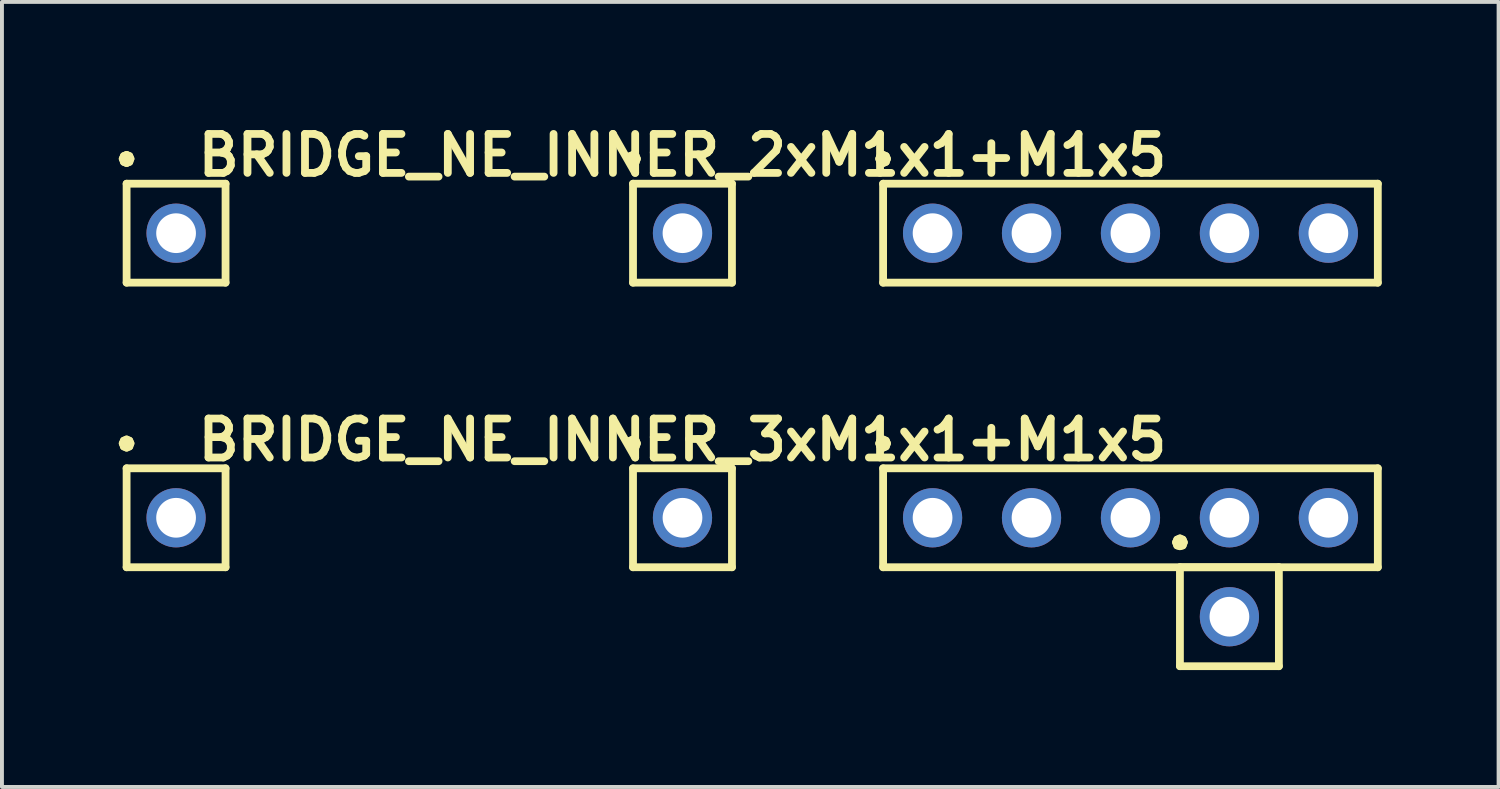
<source format=kicad_pcb>
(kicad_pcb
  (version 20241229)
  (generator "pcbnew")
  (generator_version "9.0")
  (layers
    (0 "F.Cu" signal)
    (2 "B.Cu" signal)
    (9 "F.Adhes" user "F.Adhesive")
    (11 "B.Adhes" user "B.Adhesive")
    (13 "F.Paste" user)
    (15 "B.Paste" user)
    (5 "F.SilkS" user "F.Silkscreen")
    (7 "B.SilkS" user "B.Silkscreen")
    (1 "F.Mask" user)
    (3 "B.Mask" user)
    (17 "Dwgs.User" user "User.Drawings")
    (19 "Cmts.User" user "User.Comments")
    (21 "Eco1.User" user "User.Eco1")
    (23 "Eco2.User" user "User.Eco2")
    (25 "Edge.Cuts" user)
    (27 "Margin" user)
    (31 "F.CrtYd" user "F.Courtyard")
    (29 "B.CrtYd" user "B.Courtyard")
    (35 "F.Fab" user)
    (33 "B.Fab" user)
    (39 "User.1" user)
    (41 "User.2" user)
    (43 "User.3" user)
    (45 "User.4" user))
  (footprint "BRIDGE_NE_INNER_3xM1x1+M1x5"
    (layer "F.Cu")
    (at 14.47 10.242)
    (property "Reference" "BRIDGE_NE_INNER_3xM1x1+M1x5" (at 0 -2 0) (layer "F.SilkS") (effects (font (size 1 1) (thickness 0.2))))
    (attr through_hole)
    (fp_line (start -14.37 -1.91) (end -14.34 -1.83) (stroke (width 0.2) (type solid)) (layer "F.SilkS"))
    (fp_line (start -14.34 -1.98) (end -14.37 -1.91) (stroke (width 0.2) (type solid)) (layer "F.SilkS"))
    (fp_line (start -14.34 -1.83) (end -14.27 -1.8) (stroke (width 0.2) (type solid)) (layer "F.SilkS"))
    (fp_line (start -14.27 -2.01) (end -14.34 -1.98) (stroke (width 0.2) (type solid)) (layer "F.SilkS"))
    (fp_line (start -14.27 -1.8) (end -14.2 -1.83) (stroke (width 0.2) (type solid)) (layer "F.SilkS"))
    (fp_line (start -14.27 -1.27) (end -14.27 1.27) (stroke (width 0.2) (type solid)) (layer "F.SilkS"))
    (fp_line (start -14.27 1.27) (end -11.73 1.27) (stroke (width 0.2) (type solid)) (layer "F.SilkS"))
    (fp_line (start -14.2 -1.98) (end -14.27 -2.01) (stroke (width 0.2) (type solid)) (layer "F.SilkS"))
    (fp_line (start -14.2 -1.83) (end -14.17 -1.91) (stroke (width 0.2) (type solid)) (layer "F.SilkS"))
    (fp_line (start -14.17 -1.91) (end -14.2 -1.98) (stroke (width 0.2) (type solid)) (layer "F.SilkS"))
    (fp_line (start -11.73 -1.27) (end -14.27 -1.27) (stroke (width 0.2) (type solid)) (layer "F.SilkS"))
    (fp_line (start -11.73 1.27) (end -11.73 -1.27) (stroke (width 0.2) (type solid)) (layer "F.SilkS"))
    (fp_line (start -1.37 -1.91) (end -1.34 -1.83) (stroke (width 0.2) (type solid)) (layer "F.SilkS"))
    (fp_line (start -1.34 -1.98) (end -1.37 -1.91) (stroke (width 0.2) (type solid)) (layer "F.SilkS"))
    (fp_line (start -1.34 -1.83) (end -1.27 -1.8) (stroke (width 0.2) (type solid)) (layer "F.SilkS"))
    (fp_line (start -1.27 -2.01) (end -1.34 -1.98) (stroke (width 0.2) (type solid)) (layer "F.SilkS"))
    (fp_line (start -1.27 -1.8) (end -1.2 -1.83) (stroke (width 0.2) (type solid)) (layer "F.SilkS"))
    (fp_line (start -1.27 -1.27) (end -1.27 1.27) (stroke (width 0.2) (type solid)) (layer "F.SilkS"))
    (fp_line (start -1.27 1.27) (end 1.27 1.27) (stroke (width 0.2) (type solid)) (layer "F.SilkS"))
    (fp_line (start -1.2 -1.98) (end -1.27 -2.01) (stroke (width 0.2) (type solid)) (layer "F.SilkS"))
    (fp_line (start -1.2 -1.83) (end -1.17 -1.91) (stroke (width 0.2) (type solid)) (layer "F.SilkS"))
    (fp_line (start -1.17 -1.91) (end -1.2 -1.98) (stroke (width 0.2) (type solid)) (layer "F.SilkS"))
    (fp_line (start 1.27 -1.27) (end -1.27 -1.27) (stroke (width 0.2) (type solid)) (layer "F.SilkS"))
    (fp_line (start 1.27 1.27) (end 1.27 -1.27) (stroke (width 0.2) (type solid)) (layer "F.SilkS"))
    (fp_line (start 5.05 -1.91) (end 5.08 -1.83) (stroke (width 0.2) (type solid)) (layer "F.SilkS"))
    (fp_line (start 5.08 -1.98) (end 5.05 -1.91) (stroke (width 0.2) (type solid)) (layer "F.SilkS"))
    (fp_line (start 5.08 -1.83) (end 5.15 -1.8) (stroke (width 0.2) (type solid)) (layer "F.SilkS"))
    (fp_line (start 5.15 -2.01) (end 5.08 -1.98) (stroke (width 0.2) (type solid)) (layer "F.SilkS"))
    (fp_line (start 5.15 -1.8) (end 5.22 -1.83) (stroke (width 0.2) (type solid)) (layer "F.SilkS"))
    (fp_line (start 5.15 -1.27) (end 5.15 1.27) (stroke (width 0.2) (type solid)) (layer "F.SilkS"))
    (fp_line (start 5.15 1.27) (end 17.85 1.27) (stroke (width 0.2) (type solid)) (layer "F.SilkS"))
    (fp_line (start 5.22 -1.98) (end 5.15 -2.01) (stroke (width 0.2) (type solid)) (layer "F.SilkS"))
    (fp_line (start 5.22 -1.83) (end 5.25 -1.91) (stroke (width 0.2) (type solid)) (layer "F.SilkS"))
    (fp_line (start 5.25 -1.91) (end 5.22 -1.98) (stroke (width 0.2) (type solid)) (layer "F.SilkS"))
    (fp_line (start 12.67 0.63) (end 12.7 0.71) (stroke (width 0.2) (type solid)) (layer "F.SilkS"))
    (fp_line (start 12.7 0.56) (end 12.67 0.63) (stroke (width 0.2) (type solid)) (layer "F.SilkS"))
    (fp_line (start 12.7 0.71) (end 12.77 0.73) (stroke (width 0.2) (type solid)) (layer "F.SilkS"))
    (fp_line (start 12.77 0.53) (end 12.7 0.56) (stroke (width 0.2) (type solid)) (layer "F.SilkS"))
    (fp_line (start 12.77 0.73) (end 12.84 0.71) (stroke (width 0.2) (type solid)) (layer "F.SilkS"))
    (fp_line (start 12.77 1.27) (end 12.77 3.81) (stroke (width 0.2) (type solid)) (layer "F.SilkS"))
    (fp_line (start 12.77 3.81) (end 15.31 3.81) (stroke (width 0.2) (type solid)) (layer "F.SilkS"))
    (fp_line (start 12.84 0.56) (end 12.77 0.53) (stroke (width 0.2) (type solid)) (layer "F.SilkS"))
    (fp_line (start 12.84 0.71) (end 12.87 0.63) (stroke (width 0.2) (type solid)) (layer "F.SilkS"))
    (fp_line (start 12.87 0.63) (end 12.84 0.56) (stroke (width 0.2) (type solid)) (layer "F.SilkS"))
    (fp_line (start 15.31 1.27) (end 12.77 1.27) (stroke (width 0.2) (type solid)) (layer "F.SilkS"))
    (fp_line (start 15.31 3.81) (end 15.31 1.27) (stroke (width 0.2) (type solid)) (layer "F.SilkS"))
    (fp_line (start 17.85 -1.27) (end 5.15 -1.27) (stroke (width 0.2) (type solid)) (layer "F.SilkS"))
    (fp_line (start 17.85 1.27) (end 17.85 -1.27) (stroke (width 0.2) (type solid)) (layer "F.SilkS"))
    (pad "1" thru_hole circle (at -13 0) (size 1.52 1.52) (drill 1.02) (layers "*.Cu" "*.Mask"))
    (pad "2" thru_hole circle (at 0 0) (size 1.52 1.52) (drill 1.02) (layers "*.Cu" "*.Mask"))
    (pad "3" thru_hole circle (at 6.42 0) (size 1.52 1.52) (drill 1.02) (layers "*.Cu" "*.Mask"))
    (pad "4" thru_hole circle (at 8.96 0) (size 1.52 1.52) (drill 1.02) (layers "*.Cu" "*.Mask"))
    (pad "5" thru_hole circle (at 11.5 0) (size 1.52 1.52) (drill 1.02) (layers "*.Cu" "*.Mask"))
    (pad "6" thru_hole circle (at 14.04 0) (size 1.52 1.52) (drill 1.02) (layers "*.Cu" "*.Mask"))
    (pad "7" thru_hole circle (at 16.58 0) (size 1.52 1.52) (drill 1.02) (layers "*.Cu" "*.Mask"))
    (pad "8" thru_hole circle (at 14.04 2.54) (size 1.52 1.52) (drill 1.02) (layers "*.Cu" "*.Mask")))
  (footprint "BRIDGE_NE_INNER_2xM1x1+M1x5"
    (layer "F.Cu")
    (at 14.47 2.936)
    (property "Reference" "BRIDGE_NE_INNER_2xM1x1+M1x5" (at 0 -2 0) (layer "F.SilkS") (effects (font (size 1 1) (thickness 0.2))))
    (attr through_hole)
    (fp_line (start -14.37 -1.91) (end -14.34 -1.83) (stroke (width 0.2) (type solid)) (layer "F.SilkS"))
    (fp_line (start -14.34 -1.98) (end -14.37 -1.91) (stroke (width 0.2) (type solid)) (layer "F.SilkS"))
    (fp_line (start -14.34 -1.83) (end -14.27 -1.8) (stroke (width 0.2) (type solid)) (layer "F.SilkS"))
    (fp_line (start -14.27 -2.01) (end -14.34 -1.98) (stroke (width 0.2) (type solid)) (layer "F.SilkS"))
    (fp_line (start -14.27 -1.8) (end -14.2 -1.83) (stroke (width 0.2) (type solid)) (layer "F.SilkS"))
    (fp_line (start -14.27 -1.27) (end -11.73 -1.27) (stroke (width 0.2) (type solid)) (layer "F.SilkS"))
    (fp_line (start -14.27 1.27) (end -14.27 -1.27) (stroke (width 0.2) (type solid)) (layer "F.SilkS"))
    (fp_line (start -14.2 -1.98) (end -14.27 -2.01) (stroke (width 0.2) (type solid)) (layer "F.SilkS"))
    (fp_line (start -14.2 -1.83) (end -14.17 -1.91) (stroke (width 0.2) (type solid)) (layer "F.SilkS"))
    (fp_line (start -14.17 -1.91) (end -14.2 -1.98) (stroke (width 0.2) (type solid)) (layer "F.SilkS"))
    (fp_line (start -11.73 -1.27) (end -11.73 1.27) (stroke (width 0.2) (type solid)) (layer "F.SilkS"))
    (fp_line (start -11.73 1.27) (end -14.27 1.27) (stroke (width 0.2) (type solid)) (layer "F.SilkS"))
    (fp_line (start -1.37 -1.91) (end -1.34 -1.83) (stroke (width 0.2) (type solid)) (layer "F.SilkS"))
    (fp_line (start -1.34 -1.98) (end -1.37 -1.91) (stroke (width 0.2) (type solid)) (layer "F.SilkS"))
    (fp_line (start -1.34 -1.83) (end -1.27 -1.8) (stroke (width 0.2) (type solid)) (layer "F.SilkS"))
    (fp_line (start -1.27 -2.01) (end -1.34 -1.98) (stroke (width 0.2) (type solid)) (layer "F.SilkS"))
    (fp_line (start -1.27 -1.8) (end -1.2 -1.83) (stroke (width 0.2) (type solid)) (layer "F.SilkS"))
    (fp_line (start -1.27 -1.27) (end 1.27 -1.27) (stroke (width 0.2) (type solid)) (layer "F.SilkS"))
    (fp_line (start -1.27 1.27) (end -1.27 -1.27) (stroke (width 0.2) (type solid)) (layer "F.SilkS"))
    (fp_line (start -1.2 -1.98) (end -1.27 -2.01) (stroke (width 0.2) (type solid)) (layer "F.SilkS"))
    (fp_line (start -1.2 -1.83) (end -1.17 -1.91) (stroke (width 0.2) (type solid)) (layer "F.SilkS"))
    (fp_line (start -1.17 -1.91) (end -1.2 -1.98) (stroke (width 0.2) (type solid)) (layer "F.SilkS"))
    (fp_line (start 1.27 -1.27) (end 1.27 1.27) (stroke (width 0.2) (type solid)) (layer "F.SilkS"))
    (fp_line (start 1.27 1.27) (end -1.27 1.27) (stroke (width 0.2) (type solid)) (layer "F.SilkS"))
    (fp_line (start 5.05 -1.91) (end 5.08 -1.83) (stroke (width 0.2) (type solid)) (layer "F.SilkS"))
    (fp_line (start 5.08 -1.98) (end 5.05 -1.91) (stroke (width 0.2) (type solid)) (layer "F.SilkS"))
    (fp_line (start 5.08 -1.83) (end 5.15 -1.8) (stroke (width 0.2) (type solid)) (layer "F.SilkS"))
    (fp_line (start 5.15 -2.01) (end 5.08 -1.98) (stroke (width 0.2) (type solid)) (layer "F.SilkS"))
    (fp_line (start 5.15 -1.8) (end 5.22 -1.83) (stroke (width 0.2) (type solid)) (layer "F.SilkS"))
    (fp_line (start 5.15 -1.27) (end 17.85 -1.27) (stroke (width 0.2) (type solid)) (layer "F.SilkS"))
    (fp_line (start 5.15 1.27) (end 5.15 -1.27) (stroke (width 0.2) (type solid)) (layer "F.SilkS"))
    (fp_line (start 5.22 -1.98) (end 5.15 -2.01) (stroke (width 0.2) (type solid)) (layer "F.SilkS"))
    (fp_line (start 5.22 -1.83) (end 5.25 -1.91) (stroke (width 0.2) (type solid)) (layer "F.SilkS"))
    (fp_line (start 5.25 -1.91) (end 5.22 -1.98) (stroke (width 0.2) (type solid)) (layer "F.SilkS"))
    (fp_line (start 17.85 -1.27) (end 17.85 1.27) (stroke (width 0.2) (type solid)) (layer "F.SilkS"))
    (fp_line (start 17.85 1.27) (end 5.15 1.27) (stroke (width 0.2) (type solid)) (layer "F.SilkS"))
    (pad "1" thru_hole circle (at -13 0) (size 1.52 1.52) (drill 1.02) (layers "*.Cu" "*.Mask"))
    (pad "2" thru_hole circle (at 0 0) (size 1.52 1.52) (drill 1.02) (layers "*.Cu" "*.Mask"))
    (pad "3" thru_hole circle (at 6.42 0) (size 1.52 1.52) (drill 1.02) (layers "*.Cu" "*.Mask"))
    (pad "4" thru_hole circle (at 8.96 0) (size 1.52 1.52) (drill 1.02) (layers "*.Cu" "*.Mask"))
    (pad "5" thru_hole circle (at 11.5 0) (size 1.52 1.52) (drill 1.02) (layers "*.Cu" "*.Mask"))
    (pad "6" thru_hole circle (at 14.04 0) (size 1.52 1.52) (drill 1.02) (layers "*.Cu" "*.Mask"))
    (pad "7" thru_hole circle (at 16.58 0) (size 1.52 1.52) (drill 1.02) (layers "*.Cu" "*.Mask")))
  (gr_rect
    (start -3 -3)
    (end 35.42 17.152)
    (stroke (width 0.1) (type default))
    (fill no)
    (layer "Edge.Cuts")))
</source>
